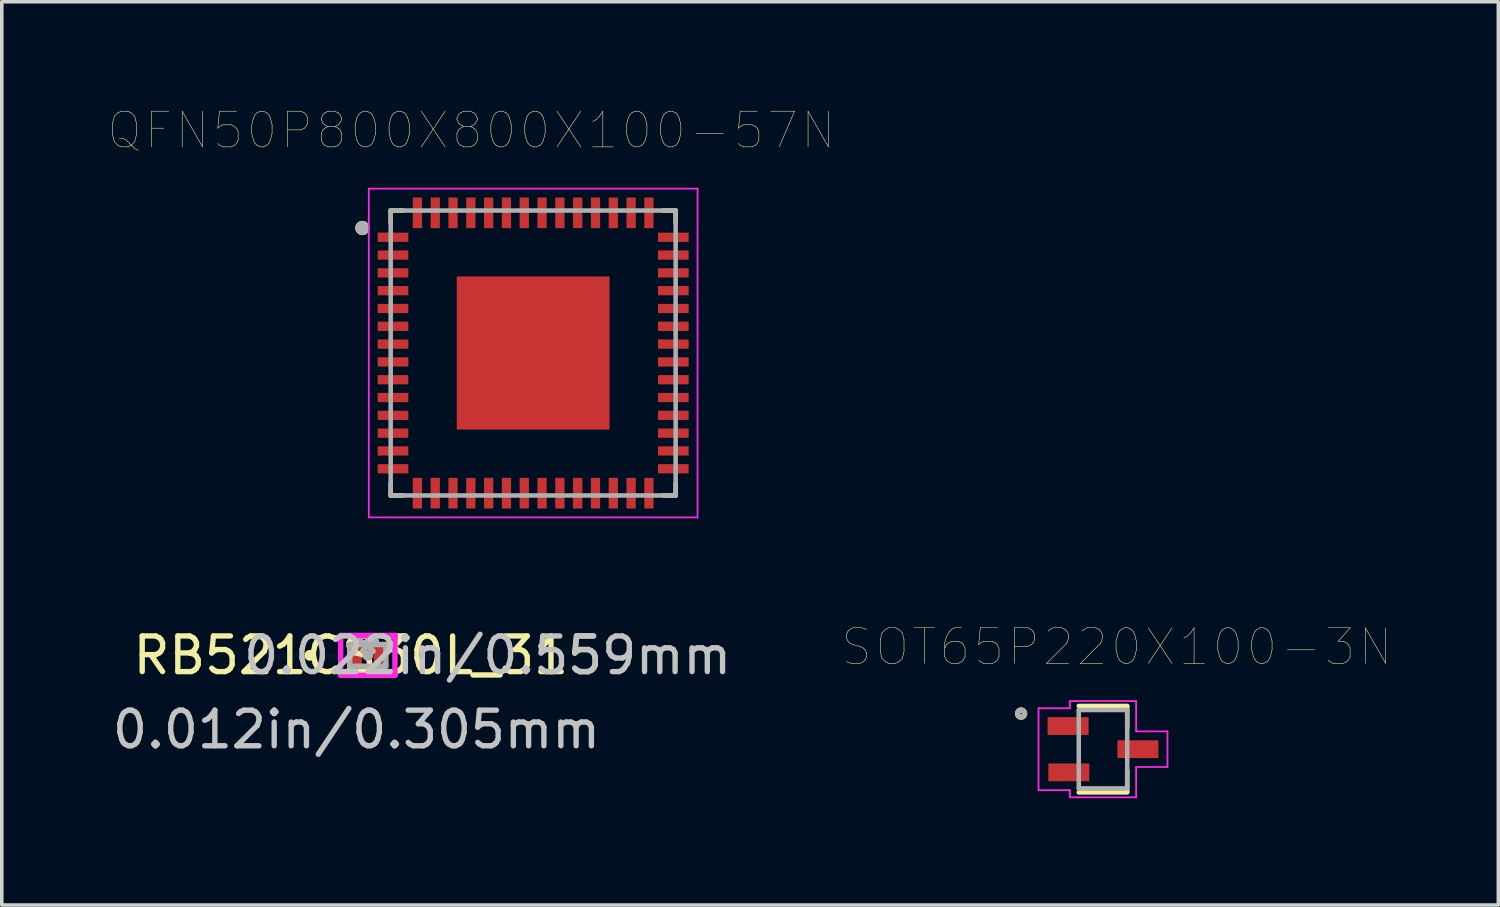
<source format=kicad_pcb>
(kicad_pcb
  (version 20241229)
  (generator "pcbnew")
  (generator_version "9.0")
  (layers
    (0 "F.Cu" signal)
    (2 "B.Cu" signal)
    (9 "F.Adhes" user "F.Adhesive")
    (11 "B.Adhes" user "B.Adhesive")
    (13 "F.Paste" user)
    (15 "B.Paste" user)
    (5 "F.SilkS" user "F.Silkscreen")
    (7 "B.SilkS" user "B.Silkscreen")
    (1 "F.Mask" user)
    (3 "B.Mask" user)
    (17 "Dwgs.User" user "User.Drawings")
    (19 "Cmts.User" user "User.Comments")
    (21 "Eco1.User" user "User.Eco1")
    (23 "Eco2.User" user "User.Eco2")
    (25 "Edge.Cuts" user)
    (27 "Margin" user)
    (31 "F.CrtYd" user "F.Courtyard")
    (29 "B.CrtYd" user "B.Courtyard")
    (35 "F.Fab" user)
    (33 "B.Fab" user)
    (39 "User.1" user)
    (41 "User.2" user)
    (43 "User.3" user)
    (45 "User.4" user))
  (footprint "QFN50P800X800X100-57N"
    (layer "F.Cu")
    (at 11.919 6.861)
    (property "Reference" "QFN50P800X800X100-57N" (at -1.735 -6.25 0) (layer "F.SilkS") (effects (font (size 1 1) (thickness 0.015))))
    (attr through_hole)
    (fp_line (start -4 -4) (end -4 -3.65) (stroke (width 0.127) (type solid)) (layer "F.SilkS"))
    (fp_line (start -4 -4) (end -3.65 -4) (stroke (width 0.127) (type solid)) (layer "F.SilkS"))
    (fp_line (start -4 4) (end -4 3.65) (stroke (width 0.127) (type solid)) (layer "F.SilkS"))
    (fp_line (start -4 4) (end -3.65 4) (stroke (width 0.127) (type solid)) (layer "F.SilkS"))
    (fp_line (start 4 -4) (end 3.65 -4) (stroke (width 0.127) (type solid)) (layer "F.SilkS"))
    (fp_line (start 4 -4) (end 4 -3.65) (stroke (width 0.127) (type solid)) (layer "F.SilkS"))
    (fp_line (start 4 4) (end 3.65 4) (stroke (width 0.127) (type solid)) (layer "F.SilkS"))
    (fp_line (start 4 4) (end 4 3.65) (stroke (width 0.127) (type solid)) (layer "F.SilkS"))
    (fp_circle (center -4.795 -3.51) (end -4.595 -3.51) (stroke (width 0) (type solid)) (fill yes) (layer "F.SilkS"))
    (fp_poly (pts (xy -1.87 -1.87) (xy -0.27 -1.87) (xy -0.27 -0.27) (xy -1.87 -0.27)) (stroke (width 0.01) (type solid)) (fill yes) (layer "F.Paste"))
    (fp_poly (pts (xy -1.87 0.27) (xy -0.27 0.27) (xy -0.27 1.87) (xy -1.87 1.87)) (stroke (width 0.01) (type solid)) (fill yes) (layer "F.Paste"))
    (fp_poly (pts (xy 0.27 -1.87) (xy 1.87 -1.87) (xy 1.87 -0.27) (xy 0.27 -0.27)) (stroke (width 0.01) (type solid)) (fill yes) (layer "F.Paste"))
    (fp_poly (pts (xy 0.27 0.27) (xy 1.87 0.27) (xy 1.87 1.87) (xy 0.27 1.87)) (stroke (width 0.01) (type solid)) (fill yes) (layer "F.Paste"))
    (fp_line (start -4.615 -4.615) (end 4.615 -4.615) (stroke (width 0.05) (type solid)) (layer "F.CrtYd"))
    (fp_line (start -4.615 4.615) (end -4.615 -4.615) (stroke (width 0.05) (type solid)) (layer "F.CrtYd"))
    (fp_line (start -4.615 4.615) (end 4.615 4.615) (stroke (width 0.05) (type solid)) (layer "F.CrtYd"))
    (fp_line (start 4.615 4.615) (end 4.615 -4.615) (stroke (width 0.05) (type solid)) (layer "F.CrtYd"))
    (fp_line (start -4 4) (end -4 -4) (stroke (width 0.127) (type solid)) (layer "F.Fab"))
    (fp_line (start 4 -4) (end -4 -4) (stroke (width 0.127) (type solid)) (layer "F.Fab"))
    (fp_line (start 4 4) (end -4 4) (stroke (width 0.127) (type solid)) (layer "F.Fab"))
    (fp_line (start 4 4) (end 4 -4) (stroke (width 0.127) (type solid)) (layer "F.Fab"))
    (fp_circle (center -4.795 -3.51) (end -4.595 -3.51) (stroke (width 0) (type solid)) (fill yes) (layer "F.Fab"))
    (pad "1" smd rect (at -3.935 -3.25) (size 0.86 0.26) (layers "F.Cu" "F.Mask" "F.Paste"))
    (pad "2" smd rect (at -3.935 -2.75) (size 0.86 0.26) (layers "F.Cu" "F.Mask" "F.Paste"))
    (pad "3" smd rect (at -3.935 -2.25) (size 0.86 0.26) (layers "F.Cu" "F.Mask" "F.Paste"))
    (pad "4" smd rect (at -3.935 -1.75) (size 0.86 0.26) (layers "F.Cu" "F.Mask" "F.Paste"))
    (pad "5" smd rect (at -3.935 -1.25) (size 0.86 0.26) (layers "F.Cu" "F.Mask" "F.Paste"))
    (pad "6" smd rect (at -3.935 -0.75) (size 0.86 0.26) (layers "F.Cu" "F.Mask" "F.Paste"))
    (pad "7" smd rect (at -3.935 -0.25) (size 0.86 0.26) (layers "F.Cu" "F.Mask" "F.Paste"))
    (pad "8" smd rect (at -3.935 0.25) (size 0.86 0.26) (layers "F.Cu" "F.Mask" "F.Paste"))
    (pad "9" smd rect (at -3.935 0.75) (size 0.86 0.26) (layers "F.Cu" "F.Mask" "F.Paste"))
    (pad "10" smd rect (at -3.935 1.25) (size 0.86 0.26) (layers "F.Cu" "F.Mask" "F.Paste"))
    (pad "11" smd rect (at -3.935 1.75) (size 0.86 0.26) (layers "F.Cu" "F.Mask" "F.Paste"))
    (pad "12" smd rect (at -3.935 2.25) (size 0.86 0.26) (layers "F.Cu" "F.Mask" "F.Paste"))
    (pad "13" smd rect (at -3.935 2.75) (size 0.86 0.26) (layers "F.Cu" "F.Mask" "F.Paste"))
    (pad "14" smd rect (at -3.935 3.25) (size 0.86 0.26) (layers "F.Cu" "F.Mask" "F.Paste"))
    (pad "15" smd rect (at -3.25 3.935) (size 0.26 0.86) (layers "F.Cu" "F.Mask" "F.Paste"))
    (pad "16" smd rect (at -2.75 3.935) (size 0.26 0.86) (layers "F.Cu" "F.Mask" "F.Paste"))
    (pad "17" smd rect (at -2.25 3.935) (size 0.26 0.86) (layers "F.Cu" "F.Mask" "F.Paste"))
    (pad "18" smd rect (at -1.75 3.935) (size 0.26 0.86) (layers "F.Cu" "F.Mask" "F.Paste"))
    (pad "19" smd rect (at -1.25 3.935) (size 0.26 0.86) (layers "F.Cu" "F.Mask" "F.Paste"))
    (pad "20" smd rect (at -0.75 3.935) (size 0.26 0.86) (layers "F.Cu" "F.Mask" "F.Paste"))
    (pad "21" smd rect (at -0.25 3.935) (size 0.26 0.86) (layers "F.Cu" "F.Mask" "F.Paste"))
    (pad "22" smd rect (at 0.25 3.935) (size 0.26 0.86) (layers "F.Cu" "F.Mask" "F.Paste"))
    (pad "23" smd rect (at 0.75 3.935) (size 0.26 0.86) (layers "F.Cu" "F.Mask" "F.Paste"))
    (pad "24" smd rect (at 1.25 3.935) (size 0.26 0.86) (layers "F.Cu" "F.Mask" "F.Paste"))
    (pad "25" smd rect (at 1.75 3.935) (size 0.26 0.86) (layers "F.Cu" "F.Mask" "F.Paste"))
    (pad "26" smd rect (at 2.25 3.935) (size 0.26 0.86) (layers "F.Cu" "F.Mask" "F.Paste"))
    (pad "27" smd rect (at 2.75 3.935) (size 0.26 0.86) (layers "F.Cu" "F.Mask" "F.Paste"))
    (pad "28" smd rect (at 3.25 3.935) (size 0.26 0.86) (layers "F.Cu" "F.Mask" "F.Paste"))
    (pad "29" smd rect (at 3.935 3.25) (size 0.86 0.26) (layers "F.Cu" "F.Mask" "F.Paste"))
    (pad "30" smd rect (at 3.935 2.75) (size 0.86 0.26) (layers "F.Cu" "F.Mask" "F.Paste"))
    (pad "31" smd rect (at 3.935 2.25) (size 0.86 0.26) (layers "F.Cu" "F.Mask" "F.Paste"))
    (pad "32" smd rect (at 3.935 1.75) (size 0.86 0.26) (layers "F.Cu" "F.Mask" "F.Paste"))
    (pad "33" smd rect (at 3.935 1.25) (size 0.86 0.26) (layers "F.Cu" "F.Mask" "F.Paste"))
    (pad "34" smd rect (at 3.935 0.75) (size 0.86 0.26) (layers "F.Cu" "F.Mask" "F.Paste"))
    (pad "35" smd rect (at 3.935 0.25) (size 0.86 0.26) (layers "F.Cu" "F.Mask" "F.Paste"))
    (pad "36" smd rect (at 3.935 -0.25) (size 0.86 0.26) (layers "F.Cu" "F.Mask" "F.Paste"))
    (pad "37" smd rect (at 3.935 -0.75) (size 0.86 0.26) (layers "F.Cu" "F.Mask" "F.Paste"))
    (pad "38" smd rect (at 3.935 -1.25) (size 0.86 0.26) (layers "F.Cu" "F.Mask" "F.Paste"))
    (pad "39" smd rect (at 3.935 -1.75) (size 0.86 0.26) (layers "F.Cu" "F.Mask" "F.Paste"))
    (pad "40" smd rect (at 3.935 -2.25) (size 0.86 0.26) (layers "F.Cu" "F.Mask" "F.Paste"))
    (pad "41" smd rect (at 3.935 -2.75) (size 0.86 0.26) (layers "F.Cu" "F.Mask" "F.Paste"))
    (pad "42" smd rect (at 3.935 -3.25) (size 0.86 0.26) (layers "F.Cu" "F.Mask" "F.Paste"))
    (pad "43" smd rect (at 3.25 -3.935) (size 0.26 0.86) (layers "F.Cu" "F.Mask" "F.Paste"))
    (pad "44" smd rect (at 2.75 -3.935) (size 0.26 0.86) (layers "F.Cu" "F.Mask" "F.Paste"))
    (pad "45" smd rect (at 2.25 -3.935) (size 0.26 0.86) (layers "F.Cu" "F.Mask" "F.Paste"))
    (pad "46" smd rect (at 1.75 -3.935) (size 0.26 0.86) (layers "F.Cu" "F.Mask" "F.Paste"))
    (pad "47" smd rect (at 1.25 -3.935) (size 0.26 0.86) (layers "F.Cu" "F.Mask" "F.Paste"))
    (pad "48" smd rect (at 0.75 -3.935) (size 0.26 0.86) (layers "F.Cu" "F.Mask" "F.Paste"))
    (pad "49" smd rect (at 0.25 -3.935) (size 0.26 0.86) (layers "F.Cu" "F.Mask" "F.Paste"))
    (pad "50" smd rect (at -0.25 -3.935) (size 0.26 0.86) (layers "F.Cu" "F.Mask" "F.Paste"))
    (pad "51" smd rect (at -0.75 -3.935) (size 0.26 0.86) (layers "F.Cu" "F.Mask" "F.Paste"))
    (pad "52" smd rect (at -1.25 -3.935) (size 0.26 0.86) (layers "F.Cu" "F.Mask" "F.Paste"))
    (pad "53" smd rect (at -1.75 -3.935) (size 0.26 0.86) (layers "F.Cu" "F.Mask" "F.Paste"))
    (pad "54" smd rect (at -2.25 -3.935) (size 0.26 0.86) (layers "F.Cu" "F.Mask" "F.Paste"))
    (pad "55" smd rect (at -2.75 -3.935) (size 0.26 0.86) (layers "F.Cu" "F.Mask" "F.Paste"))
    (pad "56" smd rect (at -3.25 -3.935) (size 0.26 0.86) (layers "F.Cu" "F.Mask" "F.Paste"))
    (pad "57" smd rect (at 0 0) (size 4.29 4.3) (layers "F.Cu" "F.Mask")))
  (footprint "SOT65P220X100-3N"
    (layer "F.Cu")
    (at 27.917 17.984)
    (property "Reference" "SOT65P220X100-3N" (at 0.39 -2.871 0) (layer "F.SilkS") (effects (font (size 1 1) (thickness 0.015))))
    (attr through_hole)
    (fp_line (start -0.68 1.214) (end 0.68 1.214) (stroke (width 0.127) (type solid)) (layer "F.SilkS"))
    (fp_line (start 0.68 -1.214) (end -0.68 -1.214) (stroke (width 0.127) (type solid)) (layer "F.SilkS"))
    (fp_line (start 0.68 -1.2) (end 0.68 -0.6) (stroke (width 0.127) (type solid)) (layer "F.SilkS"))
    (fp_line (start 0.68 1.2) (end 0.68 0.6) (stroke (width 0.127) (type solid)) (layer "F.SilkS"))
    (fp_circle (center -2.3 -1) (end -2.2 -1) (stroke (width 0.15) (type solid)) (fill no) (layer "F.SilkS"))
    (fp_line (start -1.81 -1.15) (end -0.93 -1.15) (stroke (width 0.05) (type solid)) (layer "F.CrtYd"))
    (fp_line (start -1.81 1.15) (end -1.81 -1.15) (stroke (width 0.05) (type solid)) (layer "F.CrtYd"))
    (fp_line (start -0.93 -1.35) (end 0.93 -1.35) (stroke (width 0.05) (type solid)) (layer "F.CrtYd"))
    (fp_line (start -0.93 -1.15) (end -0.93 -1.35) (stroke (width 0.05) (type solid)) (layer "F.CrtYd"))
    (fp_line (start -0.93 1.15) (end -1.81 1.15) (stroke (width 0.05) (type solid)) (layer "F.CrtYd"))
    (fp_line (start -0.93 1.35) (end -0.93 1.15) (stroke (width 0.05) (type solid)) (layer "F.CrtYd"))
    (fp_line (start 0.93 -1.35) (end 0.93 -0.5) (stroke (width 0.05) (type solid)) (layer "F.CrtYd"))
    (fp_line (start 0.93 -0.5) (end 1.81 -0.5) (stroke (width 0.05) (type solid)) (layer "F.CrtYd"))
    (fp_line (start 0.93 0.5) (end 0.93 1.35) (stroke (width 0.05) (type solid)) (layer "F.CrtYd"))
    (fp_line (start 0.93 1.35) (end -0.93 1.35) (stroke (width 0.05) (type solid)) (layer "F.CrtYd"))
    (fp_line (start 1.81 -0.5) (end 1.81 0.5) (stroke (width 0.05) (type solid)) (layer "F.CrtYd"))
    (fp_line (start 1.81 0.5) (end 0.93 0.5) (stroke (width 0.05) (type solid)) (layer "F.CrtYd"))
    (fp_line (start -0.68 -1.1) (end -0.68 1.1) (stroke (width 0.127) (type solid)) (layer "F.Fab"))
    (fp_line (start -0.68 1.1) (end 0.68 1.1) (stroke (width 0.127) (type solid)) (layer "F.Fab"))
    (fp_line (start 0.68 -1.1) (end -0.68 -1.1) (stroke (width 0.127) (type solid)) (layer "F.Fab"))
    (fp_line (start 0.68 1.1) (end 0.68 -1.1) (stroke (width 0.127) (type solid)) (layer "F.Fab"))
    (fp_circle (center -2.3 -1) (end -2.2 -1) (stroke (width 0.15) (type solid)) (fill no) (layer "F.Fab"))
    (pad "1" smd rect (at -0.98 -0.65) (size 1.15 0.5) (layers "F.Cu" "F.Mask" "F.Paste"))
    (pad "2" smd rect (at -0.96 0.65) (size 1.15 0.5) (layers "F.Cu" "F.Mask" "F.Paste"))
    (pad "3" smd rect (at 0.98 0) (size 1.15 0.5) (layers "F.Cu" "F.Mask" "F.Paste")))
  (footprint "RB521CS30L_315"
    (layer "F.Cu")
    (at 7.276 15.35)
    (property "Reference" "RB521CS30L_315" (at 0 0 0) (layer "F.SilkS") (effects (font (size 1 1) (thickness 0.15))))
    (attr through_hole)
    (fp_circle (center -1.626 0) (end -1.549 0) (stroke (width 0.152) (type solid)) (fill no) (layer "F.SilkS"))
    (fp_line (start -0.762 -0.559) (end 0.762 -0.559) (stroke (width 0.152) (type solid)) (layer "F.CrtYd"))
    (fp_line (start -0.762 -0.533) (end -0.762 -0.559) (stroke (width 0.152) (type solid)) (layer "F.CrtYd"))
    (fp_line (start -0.762 -0.533) (end -0.762 -0.533) (stroke (width 0.152) (type solid)) (layer "F.CrtYd"))
    (fp_line (start -0.762 0.533) (end -0.762 -0.533) (stroke (width 0.152) (type solid)) (layer "F.CrtYd"))
    (fp_line (start -0.762 0.533) (end -0.762 0.533) (stroke (width 0.152) (type solid)) (layer "F.CrtYd"))
    (fp_line (start -0.762 0.559) (end -0.762 0.533) (stroke (width 0.152) (type solid)) (layer "F.CrtYd"))
    (fp_line (start 0.762 -0.559) (end 0.762 -0.533) (stroke (width 0.152) (type solid)) (layer "F.CrtYd"))
    (fp_line (start 0.762 -0.533) (end 0.762 -0.533) (stroke (width 0.152) (type solid)) (layer "F.CrtYd"))
    (fp_line (start 0.762 -0.533) (end 0.762 0.533) (stroke (width 0.152) (type solid)) (layer "F.CrtYd"))
    (fp_line (start 0.762 0.533) (end 0.762 0.533) (stroke (width 0.152) (type solid)) (layer "F.CrtYd"))
    (fp_line (start 0.762 0.533) (end 0.762 0.559) (stroke (width 0.152) (type solid)) (layer "F.CrtYd"))
    (fp_line (start 0.762 0.559) (end -0.762 0.559) (stroke (width 0.152) (type solid)) (layer "F.CrtYd"))
    (fp_line (start -0.508 -0.305) (end -0.508 0.305) (stroke (width 0.152) (type solid)) (layer "F.Fab"))
    (fp_line (start -0.508 0.305) (end 0.508 0.305) (stroke (width 0.152) (type solid)) (layer "F.Fab"))
    (fp_line (start 0.508 -0.305) (end -0.508 -0.305) (stroke (width 0.152) (type solid)) (layer "F.Fab"))
    (fp_line (start 0.508 0.305) (end 0.508 -0.305) (stroke (width 0.152) (type solid)) (layer "F.Fab"))
    (fp_circle (center 0 0) (end 0.076 0) (stroke (width 0.152) (type solid)) (fill no) (layer "F.Fab"))
    (fp_text user "*" (at 0 0 0) (layer "F.SilkS") (effects (font (size 1 1) (thickness 0.15))))
    (fp_text user "0.012in/0.305mm" (at -0.318 2.083 0) (layer "Dwgs.User") (effects (font (size 1 1) (thickness 0.15))))
    (fp_text user "0.022in/0.559mm" (at 3.365 0 0) (layer "Dwgs.User") (effects (font (size 1 1) (thickness 0.15))))
    (fp_text user "Copyright 2016 Accelerated Designs. All rights reserved." (at 0 0 0) (layer "Cmts.User") (effects (font (size 0.127 0.127) (thickness 0.002))))
    (fp_text user "*" (at 0 0 0) (layer "F.Fab") (effects (font (size 1 1) (thickness 0.15))))
    (pad "1" smd rect (at -0.318 0) (size 0.305 0.559) (layers "F.Cu" "F.Mask" "F.Paste"))
    (pad "2" smd rect (at 0.318 0) (size 0.305 0.559) (layers "F.Cu" "F.Mask" "F.Paste")))
  (gr_rect
    (start -3 -3)
    (end 39.016 22.359)
    (stroke (width 0.1) (type default))
    (fill no)
    (layer "Edge.Cuts")))
</source>
